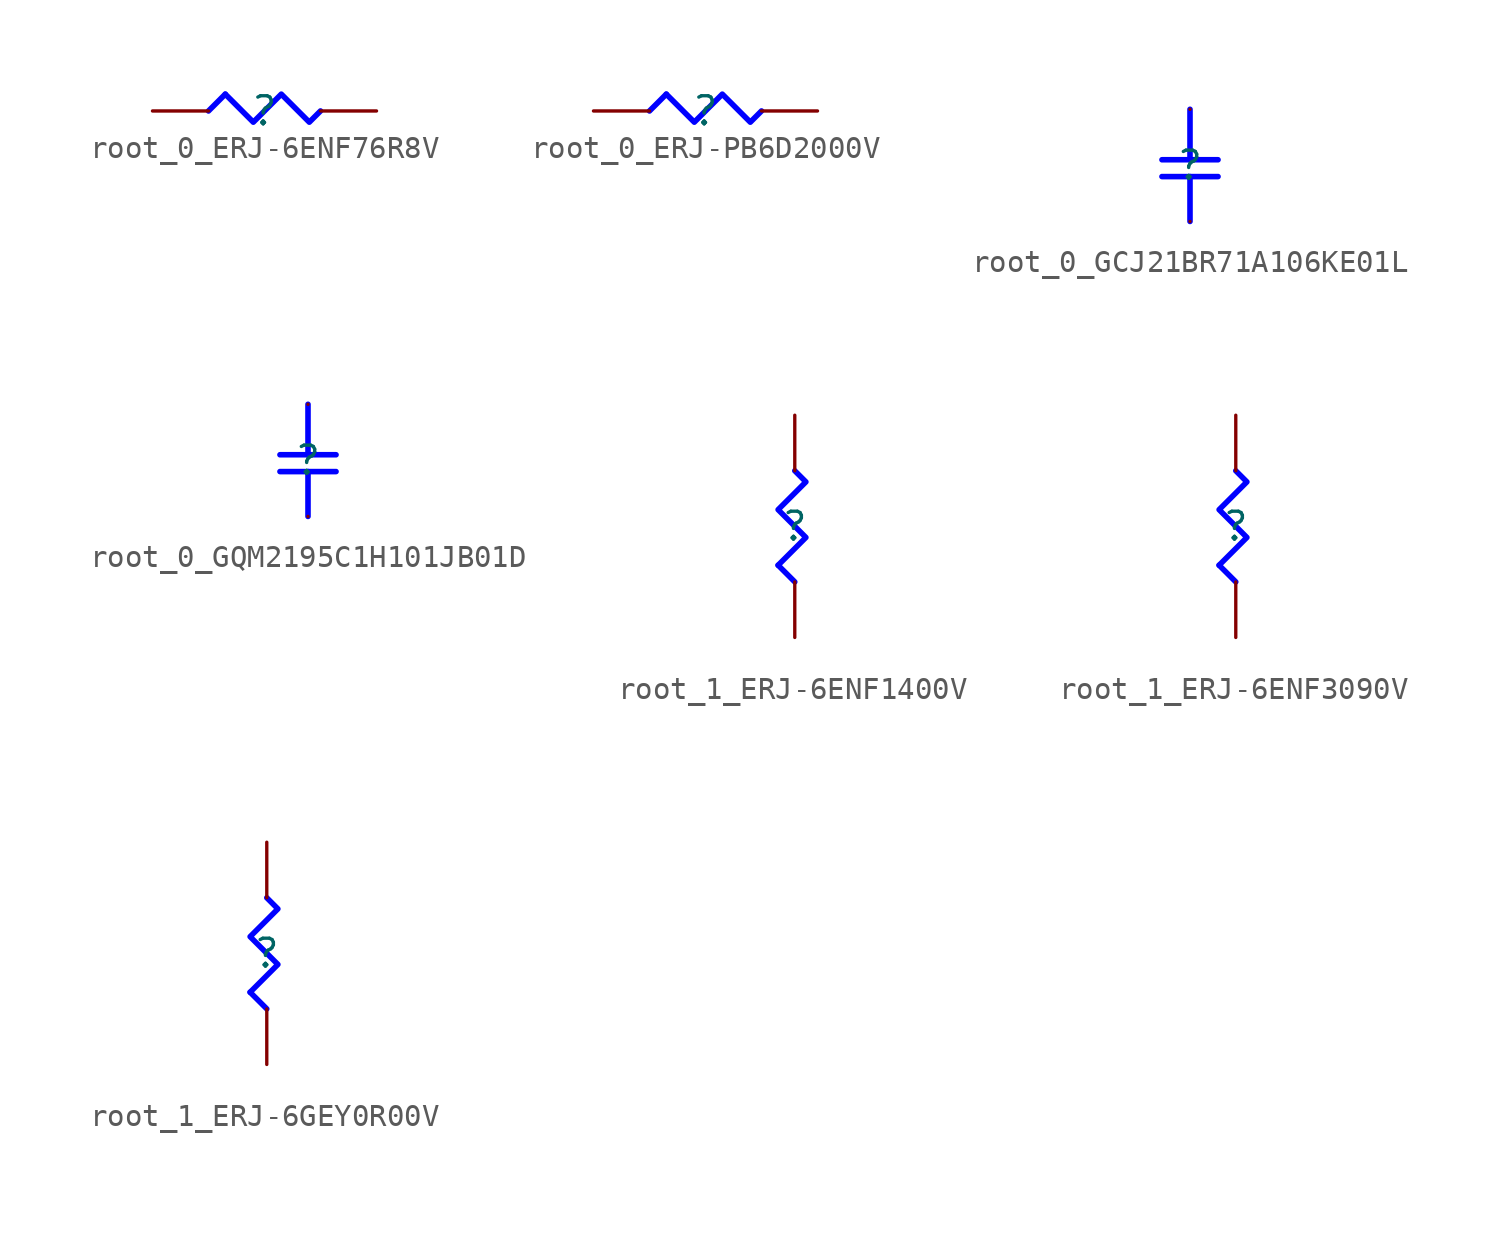
<source format=kicad_sym>
(kicad_symbol_lib
  (version 20220914)
  (generator kicad_symbol_editor)
  (symbol "root_0_ERJ-6ENF76R8V"
    (property "Reference" ""
      (at 0 0 0)
      (effects (font (size 1.27 1.27))))
    (property "Value" ""
      (at 0 0 0)
      (effects (font (size 1.27 1.27))))
    (symbol "root_0_ERJ-6ENF76R8V_1_0"
      (polyline (pts (xy -1.778 0.762) (xy -2.54 0)) (stroke (width 0.254) (type solid) (color 0 0 255 1)) (fill (type none)))
      (polyline (pts (xy -1.778 0.762) (xy -0.508 -0.508) (xy 0.762 0.762) (xy 2.032 -0.508) (xy 2.54 0)) (stroke (width 0.254) (type solid) (color 0 0 255 1)) (fill (type none)))
      (pin passive line (at -5.08 0 0) (length 2.54) (name "1" (effects (font (size 0 0)))) (number "1" (effects (font (size 0 0)))))
      (pin passive line (at 5.08 0 180) (length 2.54) (name "2" (effects (font (size 0 0)))) (number "2" (effects (font (size 0 0)))))))
  (symbol "root_0_ERJ-PB6D2000V"
    (property "Reference" ""
      (at 0 0 0)
      (effects (font (size 1.27 1.27))))
    (property "Value" ""
      (at 0 0 0)
      (effects (font (size 1.27 1.27))))
    (symbol "root_0_ERJ-PB6D2000V_1_0"
      (polyline (pts (xy -1.778 0.762) (xy -2.54 0)) (stroke (width 0.254) (type solid) (color 0 0 255 1)) (fill (type none)))
      (polyline (pts (xy -1.778 0.762) (xy -0.508 -0.508) (xy 0.762 0.762) (xy 2.032 -0.508) (xy 2.54 0)) (stroke (width 0.254) (type solid) (color 0 0 255 1)) (fill (type none)))
      (pin passive line (at -5.08 0 0) (length 2.54) (name "1" (effects (font (size 0 0)))) (number "1" (effects (font (size 0 0)))))
      (pin passive line (at 5.08 0 180) (length 2.54) (name "2" (effects (font (size 0 0)))) (number "2" (effects (font (size 0 0)))))))
  (symbol "root_0_GCJ21BR71A106KE01L"
    (property "Reference" ""
      (at 0 0 0)
      (effects (font (size 1.27 1.27))))
    (property "Value" ""
      (at 0 0 0)
      (effects (font (size 1.27 1.27))))
    (symbol "root_0_GCJ21BR71A106KE01L_1_0"
      (polyline (pts (xy -1.27 -0.508) (xy 1.27 -0.508)) (stroke (width 0.254) (type solid) (color 0 0 255 1)) (fill (type none)))
      (polyline (pts (xy -1.27 0.254) (xy 1.27 0.254)) (stroke (width 0.254) (type solid) (color 0 0 255 1)) (fill (type none)))
      (polyline (pts (xy 0 -2.54) (xy 0 -0.508)) (stroke (width 0.254) (type solid) (color 0 0 255 1)) (fill (type none)))
      (polyline (pts (xy 0 0.254) (xy 0 2.54)) (stroke (width 0.254) (type solid) (color 0 0 255 1)) (fill (type none)))
      (pin passive line (at 0 2.54 270) (length 0) (name "1" (effects (font (size 0 0)))) (number "1" (effects (font (size 0 0)))))
      (pin passive line (at 0 -2.54 90) (length 0) (name "2" (effects (font (size 0 0)))) (number "2" (effects (font (size 0 0)))))))
  (symbol "root_0_GQM2195C1H101JB01D"
    (property "Reference" ""
      (at 0 0 0)
      (effects (font (size 1.27 1.27))))
    (property "Value" ""
      (at 0 0 0)
      (effects (font (size 1.27 1.27))))
    (symbol "root_0_GQM2195C1H101JB01D_1_0"
      (polyline (pts (xy -1.27 -0.508) (xy 1.27 -0.508)) (stroke (width 0.254) (type solid) (color 0 0 255 1)) (fill (type none)))
      (polyline (pts (xy -1.27 0.254) (xy 1.27 0.254)) (stroke (width 0.254) (type solid) (color 0 0 255 1)) (fill (type none)))
      (polyline (pts (xy 0 -2.54) (xy 0 -0.508)) (stroke (width 0.254) (type solid) (color 0 0 255 1)) (fill (type none)))
      (polyline (pts (xy 0 0.254) (xy 0 2.54)) (stroke (width 0.254) (type solid) (color 0 0 255 1)) (fill (type none)))
      (pin passive line (at 0 2.54 270) (length 0) (name "1" (effects (font (size 0 0)))) (number "1" (effects (font (size 0 0)))))
      (pin passive line (at 0 -2.54 90) (length 0) (name "2" (effects (font (size 0 0)))) (number "2" (effects (font (size 0 0)))))))
  (symbol "root_1_ERJ-6ENF1400V"
    (property "Reference" ""
      (at 0 0 0)
      (effects (font (size 1.27 1.27))))
    (property "Value" ""
      (at 0 0 0)
      (effects (font (size 1.27 1.27))))
    (symbol "root_1_ERJ-6ENF1400V_1_0"
      (polyline (pts (xy -0.762 -1.778) (xy 0 -2.54)) (stroke (width 0.254) (type solid) (color 0 0 255 1)) (fill (type none)))
      (polyline (pts (xy -0.762 -1.778) (xy 0.508 -0.508) (xy -0.762 0.762) (xy 0.508 2.032) (xy 0 2.54)) (stroke (width 0.254) (type solid) (color 0 0 255 1)) (fill (type none)))
      (pin passive line (at 0 -5.08 90) (length 2.54) (name "1" (effects (font (size 0 0)))) (number "1" (effects (font (size 0 0)))))
      (pin passive line (at 0 5.08 270) (length 2.54) (name "2" (effects (font (size 0 0)))) (number "2" (effects (font (size 0 0)))))))
  (symbol "root_1_ERJ-6ENF3090V"
    (property "Reference" ""
      (at 0 0 0)
      (effects (font (size 1.27 1.27))))
    (property "Value" ""
      (at 0 0 0)
      (effects (font (size 1.27 1.27))))
    (symbol "root_1_ERJ-6ENF3090V_1_0"
      (polyline (pts (xy -0.762 -1.778) (xy 0 -2.54)) (stroke (width 0.254) (type solid) (color 0 0 255 1)) (fill (type none)))
      (polyline (pts (xy -0.762 -1.778) (xy 0.508 -0.508) (xy -0.762 0.762) (xy 0.508 2.032) (xy 0 2.54)) (stroke (width 0.254) (type solid) (color 0 0 255 1)) (fill (type none)))
      (pin passive line (at 0 -5.08 90) (length 2.54) (name "1" (effects (font (size 0 0)))) (number "1" (effects (font (size 0 0)))))
      (pin passive line (at 0 5.08 270) (length 2.54) (name "2" (effects (font (size 0 0)))) (number "2" (effects (font (size 0 0)))))))
  (symbol "root_1_ERJ-6GEY0R00V"
    (property "Reference" ""
      (at 0 0 0)
      (effects (font (size 1.27 1.27))))
    (property "Value" ""
      (at 0 0 0)
      (effects (font (size 1.27 1.27))))
    (symbol "root_1_ERJ-6GEY0R00V_1_0"
      (polyline (pts (xy -0.762 -1.778) (xy 0 -2.54)) (stroke (width 0.254) (type solid) (color 0 0 255 1)) (fill (type none)))
      (polyline (pts (xy -0.762 -1.778) (xy 0.508 -0.508) (xy -0.762 0.762) (xy 0.508 2.032) (xy 0 2.54)) (stroke (width 0.254) (type solid) (color 0 0 255 1)) (fill (type none)))
      (pin passive line (at 0 -5.08 90) (length 2.54) (name "1" (effects (font (size 0 0)))) (number "1" (effects (font (size 0 0)))))
      (pin passive line (at 0 5.08 270) (length 2.54) (name "2" (effects (font (size 0 0)))) (number "2" (effects (font (size 0 0))))))))
</source>
